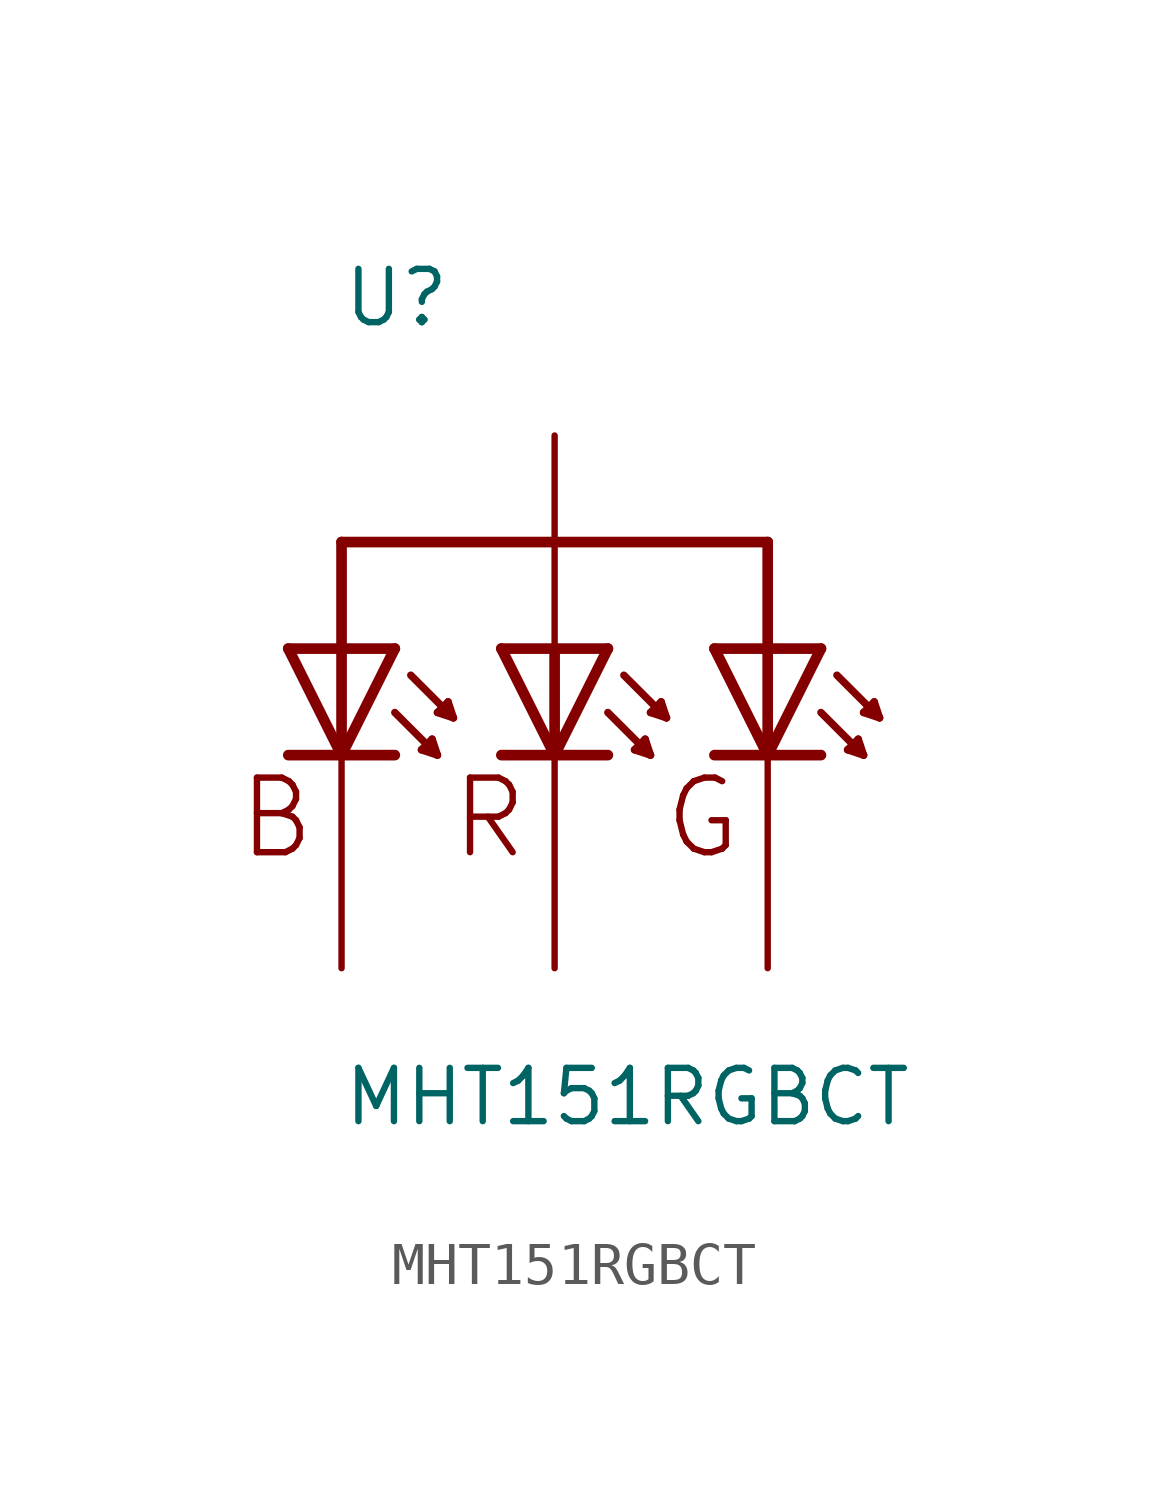
<source format=kicad_sym>
(kicad_symbol_lib
  (version 20211014)
  (generator kicad_symbol_editor)
  (symbol "MHT151RGBCT"
    (pin_numbers hide)
    (pin_names
      (offset 1.016) hide)
    (property "Reference" "U"
      (at -5.08 10.16 0)
      (effects (font (size 1.27 1.27)) (justify left bottom)))
    (property "Value" "MHT151RGBCT"
      (at -5.08 -8.89 0)
      (effects (font (size 1.27 1.27)) (justify left bottom)))
    (property "ki_locked" ""
      (at 0 0 0)
      (effects (font (size 1.27 1.27))))
    (symbol "MHT151RGBCT_0_0"
      (polyline (pts (xy -6.35 0) (xy -5.08 0)) (stroke (width 0.254) (type default) (color 0 0 0 0)) (fill (type none)))
      (polyline (pts (xy -6.35 2.54) (xy -5.08 2.54)) (stroke (width 0.254) (type default) (color 0 0 0 0)) (fill (type none)))
      (polyline (pts (xy -5.08 0) (xy -6.35 2.54)) (stroke (width 0.254) (type default) (color 0 0 0 0)) (fill (type none)))
      (polyline (pts (xy -5.08 0) (xy -3.81 0)) (stroke (width 0.254) (type default) (color 0 0 0 0)) (fill (type none)))
      (polyline (pts (xy -5.08 2.54) (xy -5.08 0)) (stroke (width 0.254) (type default) (color 0 0 0 0)) (fill (type none)))
      (polyline (pts (xy -5.08 2.54) (xy -5.08 5.08)) (stroke (width 0.254) (type default) (color 0 0 0 0)) (fill (type none)))
      (polyline (pts (xy -5.08 2.54) (xy -3.81 2.54)) (stroke (width 0.254) (type default) (color 0 0 0 0)) (fill (type none)))
      (polyline (pts (xy -5.08 5.08) (xy 5.08 5.08)) (stroke (width 0.254) (type default) (color 0 0 0 0)) (fill (type none)))
      (polyline (pts (xy -3.81 1.016) (xy -2.794 0)) (stroke (width 0.178) (type default) (color 0 0 0 0)) (fill (type none)))
      (polyline (pts (xy -3.81 2.54) (xy -5.08 0)) (stroke (width 0.254) (type default) (color 0 0 0 0)) (fill (type none)))
      (polyline (pts (xy -3.429 1.905) (xy -2.413 0.889)) (stroke (width 0.178) (type default) (color 0 0 0 0)) (fill (type none)))
      (polyline (pts (xy -3.175 0.127) (xy -2.794 0)) (stroke (width 0.178) (type default) (color 0 0 0 0)) (fill (type none)))
      (polyline (pts (xy -2.921 0.381) (xy -3.175 0.127)) (stroke (width 0.178) (type default) (color 0 0 0 0)) (fill (type none)))
      (polyline (pts (xy -2.794 0) (xy -2.921 0.381)) (stroke (width 0.178) (type default) (color 0 0 0 0)) (fill (type none)))
      (polyline (pts (xy -2.794 1.016) (xy -2.413 0.889)) (stroke (width 0.178) (type default) (color 0 0 0 0)) (fill (type none)))
      (polyline (pts (xy -2.54 1.27) (xy -2.794 1.016)) (stroke (width 0.178) (type default) (color 0 0 0 0)) (fill (type none)))
      (polyline (pts (xy -2.413 0.889) (xy -2.54 1.27)) (stroke (width 0.178) (type default) (color 0 0 0 0)) (fill (type none)))
      (polyline (pts (xy -1.27 0) (xy 0 0)) (stroke (width 0.254) (type default) (color 0 0 0 0)) (fill (type none)))
      (polyline (pts (xy -1.27 2.54) (xy 0 2.54)) (stroke (width 0.254) (type default) (color 0 0 0 0)) (fill (type none)))
      (polyline (pts (xy 0 0) (xy -1.27 2.54)) (stroke (width 0.254) (type default) (color 0 0 0 0)) (fill (type none)))
      (polyline (pts (xy 0 0) (xy 1.27 0)) (stroke (width 0.254) (type default) (color 0 0 0 0)) (fill (type none)))
      (polyline (pts (xy 0 2.54) (xy 0 0)) (stroke (width 0.254) (type default) (color 0 0 0 0)) (fill (type none)))
      (polyline (pts (xy 0 2.54) (xy 1.27 2.54)) (stroke (width 0.254) (type default) (color 0 0 0 0)) (fill (type none)))
      (polyline (pts (xy 1.27 1.016) (xy 2.286 0)) (stroke (width 0.178) (type default) (color 0 0 0 0)) (fill (type none)))
      (polyline (pts (xy 1.27 2.54) (xy 0 0)) (stroke (width 0.254) (type default) (color 0 0 0 0)) (fill (type none)))
      (polyline (pts (xy 1.651 1.905) (xy 2.667 0.889)) (stroke (width 0.178) (type default) (color 0 0 0 0)) (fill (type none)))
      (polyline (pts (xy 1.905 0.127) (xy 2.286 0)) (stroke (width 0.178) (type default) (color 0 0 0 0)) (fill (type none)))
      (polyline (pts (xy 2.159 0.381) (xy 1.905 0.127)) (stroke (width 0.178) (type default) (color 0 0 0 0)) (fill (type none)))
      (polyline (pts (xy 2.286 0) (xy 2.159 0.381)) (stroke (width 0.178) (type default) (color 0 0 0 0)) (fill (type none)))
      (polyline (pts (xy 2.286 1.016) (xy 2.667 0.889)) (stroke (width 0.178) (type default) (color 0 0 0 0)) (fill (type none)))
      (polyline (pts (xy 2.54 1.27) (xy 2.286 1.016)) (stroke (width 0.178) (type default) (color 0 0 0 0)) (fill (type none)))
      (polyline (pts (xy 2.667 0.889) (xy 2.54 1.27)) (stroke (width 0.178) (type default) (color 0 0 0 0)) (fill (type none)))
      (polyline (pts (xy 3.81 0) (xy 5.08 0)) (stroke (width 0.254) (type default) (color 0 0 0 0)) (fill (type none)))
      (polyline (pts (xy 3.81 2.54) (xy 5.08 2.54)) (stroke (width 0.254) (type default) (color 0 0 0 0)) (fill (type none)))
      (polyline (pts (xy 5.08 0) (xy 3.81 2.54)) (stroke (width 0.254) (type default) (color 0 0 0 0)) (fill (type none)))
      (polyline (pts (xy 5.08 0) (xy 6.35 0)) (stroke (width 0.254) (type default) (color 0 0 0 0)) (fill (type none)))
      (polyline (pts (xy 5.08 2.54) (xy 5.08 0)) (stroke (width 0.254) (type default) (color 0 0 0 0)) (fill (type none)))
      (polyline (pts (xy 5.08 2.54) (xy 6.35 2.54)) (stroke (width 0.254) (type default) (color 0 0 0 0)) (fill (type none)))
      (polyline (pts (xy 5.08 5.08) (xy 5.08 2.54)) (stroke (width 0.254) (type default) (color 0 0 0 0)) (fill (type none)))
      (polyline (pts (xy 6.35 1.016) (xy 7.366 0)) (stroke (width 0.178) (type default) (color 0 0 0 0)) (fill (type none)))
      (polyline (pts (xy 6.35 2.54) (xy 5.08 0)) (stroke (width 0.254) (type default) (color 0 0 0 0)) (fill (type none)))
      (polyline (pts (xy 6.731 1.905) (xy 7.747 0.889)) (stroke (width 0.178) (type default) (color 0 0 0 0)) (fill (type none)))
      (polyline (pts (xy 6.985 0.127) (xy 7.366 0)) (stroke (width 0.178) (type default) (color 0 0 0 0)) (fill (type none)))
      (polyline (pts (xy 7.239 0.381) (xy 6.985 0.127)) (stroke (width 0.178) (type default) (color 0 0 0 0)) (fill (type none)))
      (polyline (pts (xy 7.366 0) (xy 7.239 0.381)) (stroke (width 0.178) (type default) (color 0 0 0 0)) (fill (type none)))
      (polyline (pts (xy 7.366 1.016) (xy 7.747 0.889)) (stroke (width 0.178) (type default) (color 0 0 0 0)) (fill (type none)))
      (polyline (pts (xy 7.62 1.27) (xy 7.366 1.016)) (stroke (width 0.178) (type default) (color 0 0 0 0)) (fill (type none)))
      (polyline (pts (xy 7.747 0.889) (xy 7.62 1.27)) (stroke (width 0.178) (type default) (color 0 0 0 0)) (fill (type none)))
      (text "B" (at -7.62 -2.54 0) (effects (font (size 1.778 1.778)) (justify left bottom)))
      (text "G" (at 2.54 -2.54 0) (effects (font (size 1.778 1.778)) (justify left bottom)))
      (text "R" (at -2.54 -2.54 0) (effects (font (size 1.778 1.778)) (justify left bottom)))
      (pin bidirectional line (at -5.08 -5.08 90) (length 5.08) (name "~" (effects (font (size 1.016 1.016)))) (number "2" (effects (font (size 1.016 1.016)))))
      (pin bidirectional line (at 5.08 -5.08 90) (length 5.08) (name "~" (effects (font (size 1.016 1.016)))) (number "3" (effects (font (size 1.016 1.016)))))
      (pin bidirectional line (at 0 -5.08 90) (length 5.08) (name "~" (effects (font (size 1.016 1.016)))) (number "4" (effects (font (size 1.016 1.016)))))
      (pin bidirectional line (at 0 7.62 270) (length 5.08) (name "~" (effects (font (size 1.016 1.016)))) (number "COMMON_ANODE" (effects (font (size 1.016 1.016))))))))
</source>
